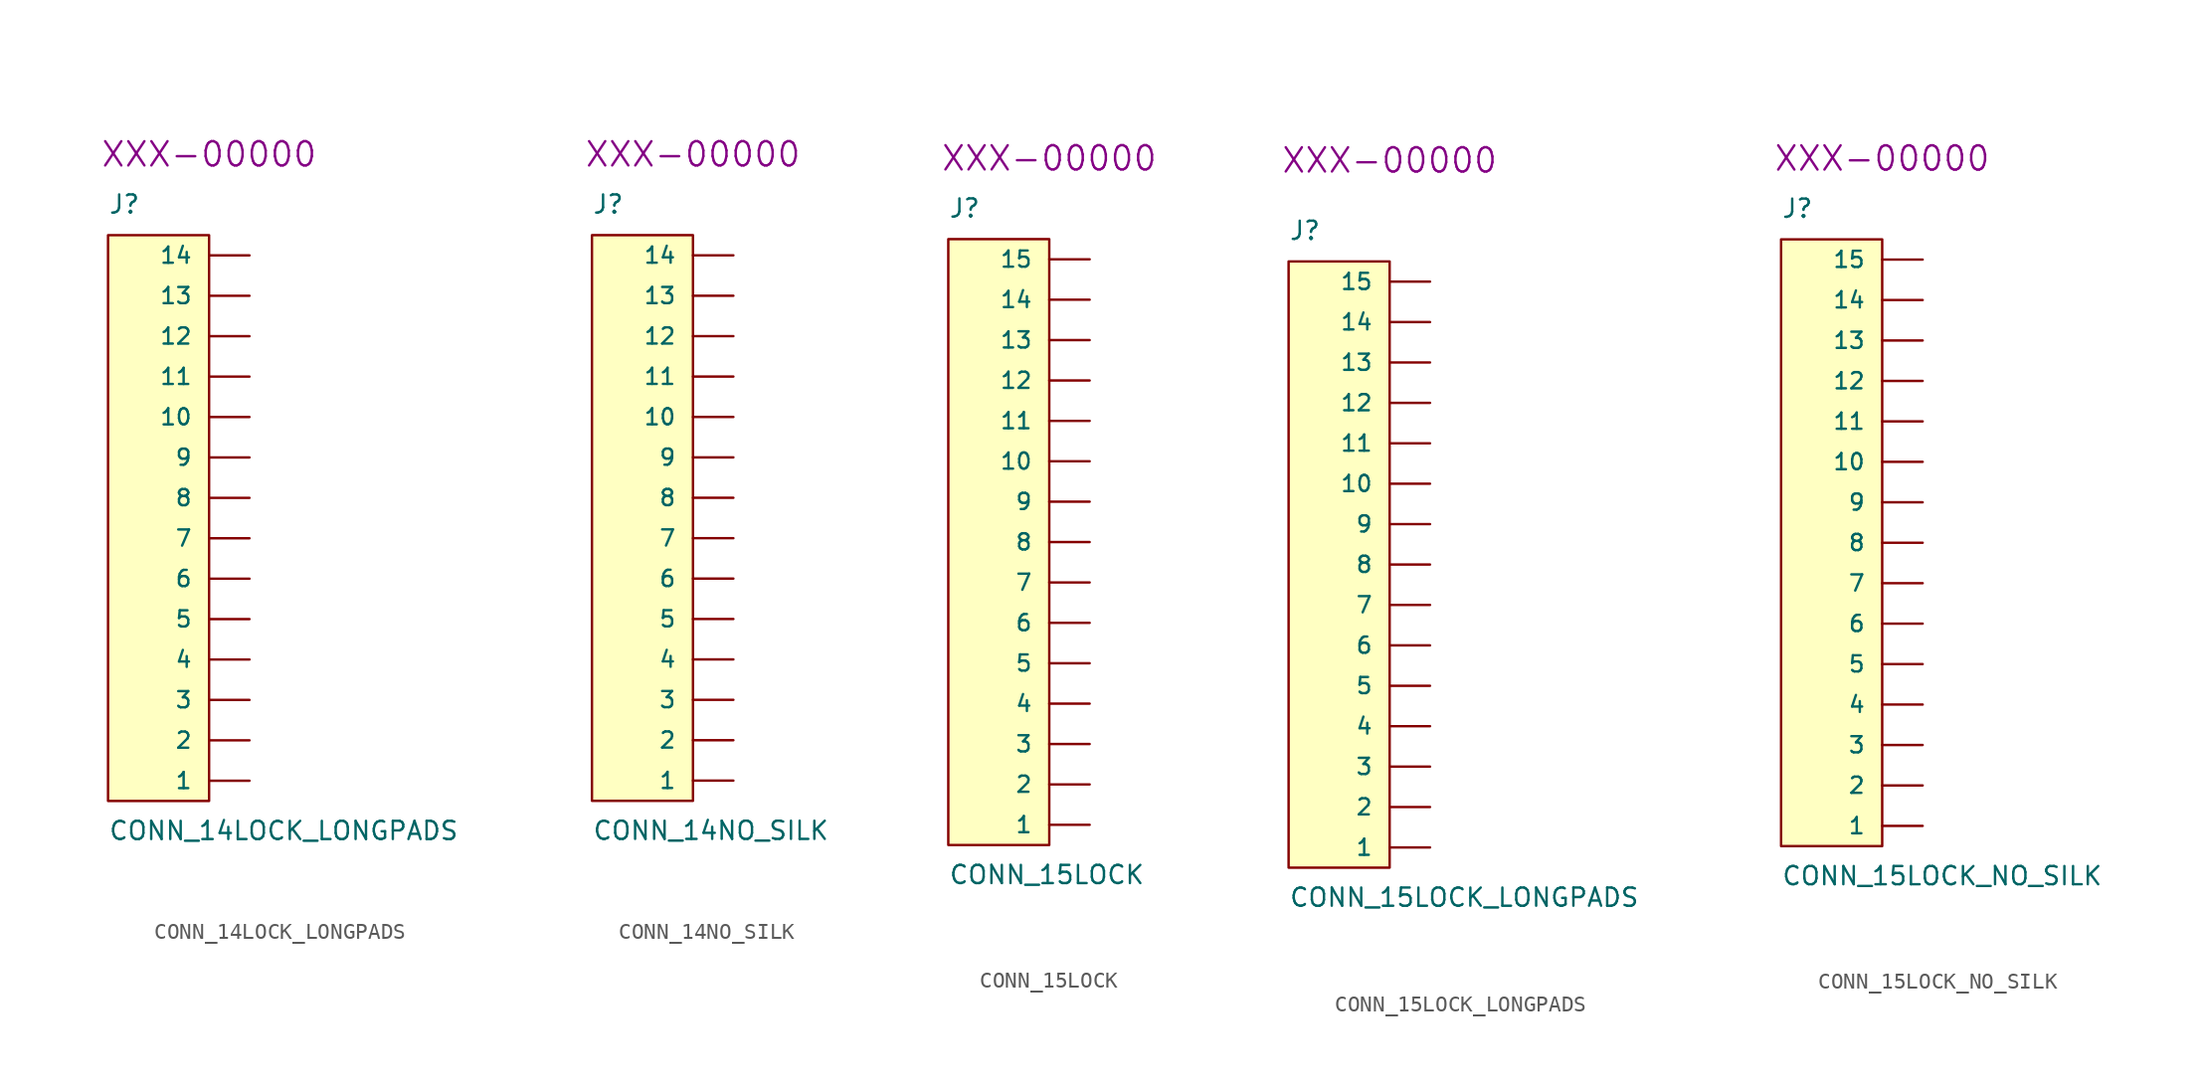
<source format=kicad_sym>
(kicad_symbol_lib
  (version 20201005)
  (generator kicad_symbol_editor)
  (symbol "CONN_14LOCK_LONGPADS"
    (pin_numbers hide)
    (pin_names
      (offset 1.016))
    (property "Reference" "J"
      (at -6.35 35.56 0)
      (effects (font (size 1.143 1.143)) (justify left bottom)))
    (property "Value" "CONN_14LOCK_LONGPADS"
      (at -6.35 -3.81 0)
      (effects (font (size 1.143 1.143)) (justify left bottom)))
    (property "Field4" "XXX-00000"
      (at 0 39.37 0)
      (effects (font (size 1.524 1.524))))
    (property "ki_locked" ""
      (at 0 0 0)
      (effects (font (size 1.27 1.27))))
    (symbol "CONN_14LOCK_LONGPADS_0_1"
      (rectangle (start 0 -1.27) (end -6.35 34.29) (stroke (width 0)) (fill (type background))))
    (symbol "CONN_14LOCK_LONGPADS_1_1"
      (pin passive line (at 2.54 0 180) (length 2.54) (name "1" (effects (font (size 1.016 1.016)))) (number "1" (effects (font (size 1.016 1.016)))))
      (pin passive line (at 2.54 2.54 180) (length 2.54) (name "2" (effects (font (size 1.016 1.016)))) (number "2" (effects (font (size 1.016 1.016)))))
      (pin passive line (at 2.54 5.08 180) (length 2.54) (name "3" (effects (font (size 1.016 1.016)))) (number "3" (effects (font (size 1.016 1.016)))))
      (pin passive line (at 2.54 7.62 180) (length 2.54) (name "4" (effects (font (size 1.016 1.016)))) (number "4" (effects (font (size 1.016 1.016)))))
      (pin passive line (at 2.54 10.16 180) (length 2.54) (name "5" (effects (font (size 1.016 1.016)))) (number "5" (effects (font (size 1.016 1.016)))))
      (pin passive line (at 2.54 12.7 180) (length 2.54) (name "6" (effects (font (size 1.016 1.016)))) (number "6" (effects (font (size 1.016 1.016)))))
      (pin passive line (at 2.54 15.24 180) (length 2.54) (name "7" (effects (font (size 1.016 1.016)))) (number "7" (effects (font (size 1.016 1.016)))))
      (pin passive line (at 2.54 17.78 180) (length 2.54) (name "8" (effects (font (size 1.016 1.016)))) (number "8" (effects (font (size 1.016 1.016)))))
      (pin passive line (at 2.54 20.32 180) (length 2.54) (name "9" (effects (font (size 1.016 1.016)))) (number "9" (effects (font (size 1.016 1.016)))))
      (pin passive line (at 2.54 22.86 180) (length 2.54) (name "10" (effects (font (size 1.016 1.016)))) (number "10" (effects (font (size 1.016 1.016)))))
      (pin passive line (at 2.54 25.4 180) (length 2.54) (name "11" (effects (font (size 1.016 1.016)))) (number "11" (effects (font (size 1.016 1.016)))))
      (pin passive line (at 2.54 27.94 180) (length 2.54) (name "12" (effects (font (size 1.016 1.016)))) (number "12" (effects (font (size 1.016 1.016)))))
      (pin passive line (at 2.54 30.48 180) (length 2.54) (name "13" (effects (font (size 1.016 1.016)))) (number "13" (effects (font (size 1.016 1.016)))))
      (pin passive line (at 2.54 33.02 180) (length 2.54) (name "14" (effects (font (size 1.016 1.016)))) (number "14" (effects (font (size 1.016 1.016)))))))
  (symbol "CONN_14NO_SILK"
    (pin_numbers hide)
    (pin_names
      (offset 1.016))
    (property "Reference" "J"
      (at -6.35 35.56 0)
      (effects (font (size 1.143 1.143)) (justify left bottom)))
    (property "Value" "CONN_14NO_SILK"
      (at -6.35 -3.81 0)
      (effects (font (size 1.143 1.143)) (justify left bottom)))
    (property "Field4" "XXX-00000"
      (at 0 39.37 0)
      (effects (font (size 1.524 1.524))))
    (property "ki_locked" ""
      (at 0 0 0)
      (effects (font (size 1.27 1.27))))
    (symbol "CONN_14NO_SILK_0_1"
      (rectangle (start 0 -1.27) (end -6.35 34.29) (stroke (width 0)) (fill (type background))))
    (symbol "CONN_14NO_SILK_1_1"
      (pin passive line (at 2.54 0 180) (length 2.54) (name "1" (effects (font (size 1.016 1.016)))) (number "1" (effects (font (size 1.016 1.016)))))
      (pin passive line (at 2.54 2.54 180) (length 2.54) (name "2" (effects (font (size 1.016 1.016)))) (number "2" (effects (font (size 1.016 1.016)))))
      (pin passive line (at 2.54 5.08 180) (length 2.54) (name "3" (effects (font (size 1.016 1.016)))) (number "3" (effects (font (size 1.016 1.016)))))
      (pin passive line (at 2.54 7.62 180) (length 2.54) (name "4" (effects (font (size 1.016 1.016)))) (number "4" (effects (font (size 1.016 1.016)))))
      (pin passive line (at 2.54 10.16 180) (length 2.54) (name "5" (effects (font (size 1.016 1.016)))) (number "5" (effects (font (size 1.016 1.016)))))
      (pin passive line (at 2.54 12.7 180) (length 2.54) (name "6" (effects (font (size 1.016 1.016)))) (number "6" (effects (font (size 1.016 1.016)))))
      (pin passive line (at 2.54 15.24 180) (length 2.54) (name "7" (effects (font (size 1.016 1.016)))) (number "7" (effects (font (size 1.016 1.016)))))
      (pin passive line (at 2.54 17.78 180) (length 2.54) (name "8" (effects (font (size 1.016 1.016)))) (number "8" (effects (font (size 1.016 1.016)))))
      (pin passive line (at 2.54 20.32 180) (length 2.54) (name "9" (effects (font (size 1.016 1.016)))) (number "9" (effects (font (size 1.016 1.016)))))
      (pin passive line (at 2.54 22.86 180) (length 2.54) (name "10" (effects (font (size 1.016 1.016)))) (number "10" (effects (font (size 1.016 1.016)))))
      (pin passive line (at 2.54 25.4 180) (length 2.54) (name "11" (effects (font (size 1.016 1.016)))) (number "11" (effects (font (size 1.016 1.016)))))
      (pin passive line (at 2.54 27.94 180) (length 2.54) (name "12" (effects (font (size 1.016 1.016)))) (number "12" (effects (font (size 1.016 1.016)))))
      (pin passive line (at 2.54 30.48 180) (length 2.54) (name "13" (effects (font (size 1.016 1.016)))) (number "13" (effects (font (size 1.016 1.016)))))
      (pin passive line (at 2.54 33.02 180) (length 2.54) (name "14" (effects (font (size 1.016 1.016)))) (number "14" (effects (font (size 1.016 1.016)))))))
  (symbol "CONN_15LOCK"
    (pin_numbers hide)
    (pin_names
      (offset 1.016))
    (property "Reference" "J"
      (at -6.35 38.1 0)
      (effects (font (size 1.143 1.143)) (justify left bottom)))
    (property "Value" "CONN_15LOCK"
      (at -6.35 -3.81 0)
      (effects (font (size 1.143 1.143)) (justify left bottom)))
    (property "Field4" "XXX-00000"
      (at 0 41.91 0)
      (effects (font (size 1.524 1.524))))
    (property "ki_locked" ""
      (at 0 0 0)
      (effects (font (size 1.27 1.27))))
    (symbol "CONN_15LOCK_0_1"
      (rectangle (start 0 -1.27) (end -6.35 36.83) (stroke (width 0)) (fill (type background))))
    (symbol "CONN_15LOCK_1_1"
      (pin passive line (at 2.54 0 180) (length 2.54) (name "1" (effects (font (size 1.016 1.016)))) (number "1" (effects (font (size 1.016 1.016)))))
      (pin passive line (at 2.54 2.54 180) (length 2.54) (name "2" (effects (font (size 1.016 1.016)))) (number "2" (effects (font (size 1.016 1.016)))))
      (pin passive line (at 2.54 5.08 180) (length 2.54) (name "3" (effects (font (size 1.016 1.016)))) (number "3" (effects (font (size 1.016 1.016)))))
      (pin passive line (at 2.54 7.62 180) (length 2.54) (name "4" (effects (font (size 1.016 1.016)))) (number "4" (effects (font (size 1.016 1.016)))))
      (pin passive line (at 2.54 10.16 180) (length 2.54) (name "5" (effects (font (size 1.016 1.016)))) (number "5" (effects (font (size 1.016 1.016)))))
      (pin passive line (at 2.54 12.7 180) (length 2.54) (name "6" (effects (font (size 1.016 1.016)))) (number "6" (effects (font (size 1.016 1.016)))))
      (pin passive line (at 2.54 15.24 180) (length 2.54) (name "7" (effects (font (size 1.016 1.016)))) (number "7" (effects (font (size 1.016 1.016)))))
      (pin passive line (at 2.54 17.78 180) (length 2.54) (name "8" (effects (font (size 1.016 1.016)))) (number "8" (effects (font (size 1.016 1.016)))))
      (pin passive line (at 2.54 20.32 180) (length 2.54) (name "9" (effects (font (size 1.016 1.016)))) (number "9" (effects (font (size 1.016 1.016)))))
      (pin passive line (at 2.54 22.86 180) (length 2.54) (name "10" (effects (font (size 1.016 1.016)))) (number "10" (effects (font (size 1.016 1.016)))))
      (pin passive line (at 2.54 25.4 180) (length 2.54) (name "11" (effects (font (size 1.016 1.016)))) (number "11" (effects (font (size 1.016 1.016)))))
      (pin passive line (at 2.54 27.94 180) (length 2.54) (name "12" (effects (font (size 1.016 1.016)))) (number "12" (effects (font (size 1.016 1.016)))))
      (pin passive line (at 2.54 30.48 180) (length 2.54) (name "13" (effects (font (size 1.016 1.016)))) (number "13" (effects (font (size 1.016 1.016)))))
      (pin passive line (at 2.54 33.02 180) (length 2.54) (name "14" (effects (font (size 1.016 1.016)))) (number "14" (effects (font (size 1.016 1.016)))))
      (pin passive line (at 2.54 35.56 180) (length 2.54) (name "15" (effects (font (size 1.016 1.016)))) (number "15" (effects (font (size 1.016 1.016)))))))
  (symbol "CONN_15LOCK_LONGPADS"
    (pin_numbers hide)
    (pin_names
      (offset 1.016))
    (property "Reference" "J"
      (at -6.35 38.1 0)
      (effects (font (size 1.143 1.143)) (justify left bottom)))
    (property "Value" "CONN_15LOCK_LONGPADS"
      (at -6.35 -3.81 0)
      (effects (font (size 1.143 1.143)) (justify left bottom)))
    (property "Field4" "XXX-00000"
      (at 0 43.18 0)
      (effects (font (size 1.524 1.524))))
    (property "ki_locked" ""
      (at 0 0 0)
      (effects (font (size 1.27 1.27))))
    (symbol "CONN_15LOCK_LONGPADS_0_1"
      (rectangle (start 0 -1.27) (end -6.35 36.83) (stroke (width 0)) (fill (type background))))
    (symbol "CONN_15LOCK_LONGPADS_1_1"
      (pin passive line (at 2.54 0 180) (length 2.54) (name "1" (effects (font (size 1.016 1.016)))) (number "1" (effects (font (size 1.016 1.016)))))
      (pin passive line (at 2.54 2.54 180) (length 2.54) (name "2" (effects (font (size 1.016 1.016)))) (number "2" (effects (font (size 1.016 1.016)))))
      (pin passive line (at 2.54 5.08 180) (length 2.54) (name "3" (effects (font (size 1.016 1.016)))) (number "3" (effects (font (size 1.016 1.016)))))
      (pin passive line (at 2.54 7.62 180) (length 2.54) (name "4" (effects (font (size 1.016 1.016)))) (number "4" (effects (font (size 1.016 1.016)))))
      (pin passive line (at 2.54 10.16 180) (length 2.54) (name "5" (effects (font (size 1.016 1.016)))) (number "5" (effects (font (size 1.016 1.016)))))
      (pin passive line (at 2.54 12.7 180) (length 2.54) (name "6" (effects (font (size 1.016 1.016)))) (number "6" (effects (font (size 1.016 1.016)))))
      (pin passive line (at 2.54 15.24 180) (length 2.54) (name "7" (effects (font (size 1.016 1.016)))) (number "7" (effects (font (size 1.016 1.016)))))
      (pin passive line (at 2.54 17.78 180) (length 2.54) (name "8" (effects (font (size 1.016 1.016)))) (number "8" (effects (font (size 1.016 1.016)))))
      (pin passive line (at 2.54 20.32 180) (length 2.54) (name "9" (effects (font (size 1.016 1.016)))) (number "9" (effects (font (size 1.016 1.016)))))
      (pin passive line (at 2.54 22.86 180) (length 2.54) (name "10" (effects (font (size 1.016 1.016)))) (number "10" (effects (font (size 1.016 1.016)))))
      (pin passive line (at 2.54 25.4 180) (length 2.54) (name "11" (effects (font (size 1.016 1.016)))) (number "11" (effects (font (size 1.016 1.016)))))
      (pin passive line (at 2.54 27.94 180) (length 2.54) (name "12" (effects (font (size 1.016 1.016)))) (number "12" (effects (font (size 1.016 1.016)))))
      (pin passive line (at 2.54 30.48 180) (length 2.54) (name "13" (effects (font (size 1.016 1.016)))) (number "13" (effects (font (size 1.016 1.016)))))
      (pin passive line (at 2.54 33.02 180) (length 2.54) (name "14" (effects (font (size 1.016 1.016)))) (number "14" (effects (font (size 1.016 1.016)))))
      (pin passive line (at 2.54 35.56 180) (length 2.54) (name "15" (effects (font (size 1.016 1.016)))) (number "15" (effects (font (size 1.016 1.016)))))))
  (symbol "CONN_15LOCK_NO_SILK"
    (pin_numbers hide)
    (pin_names
      (offset 1.016))
    (property "Reference" "J"
      (at -6.35 38.1 0)
      (effects (font (size 1.143 1.143)) (justify left bottom)))
    (property "Value" "CONN_15LOCK_NO_SILK"
      (at -6.35 -3.81 0)
      (effects (font (size 1.143 1.143)) (justify left bottom)))
    (property "Field4" "XXX-00000"
      (at 0 41.91 0)
      (effects (font (size 1.524 1.524))))
    (property "ki_locked" ""
      (at 0 0 0)
      (effects (font (size 1.27 1.27))))
    (symbol "CONN_15LOCK_NO_SILK_0_1"
      (rectangle (start 0 -1.27) (end -6.35 36.83) (stroke (width 0)) (fill (type background))))
    (symbol "CONN_15LOCK_NO_SILK_1_1"
      (pin passive line (at 2.54 0 180) (length 2.54) (name "1" (effects (font (size 1.016 1.016)))) (number "1" (effects (font (size 1.016 1.016)))))
      (pin passive line (at 2.54 2.54 180) (length 2.54) (name "2" (effects (font (size 1.016 1.016)))) (number "2" (effects (font (size 1.016 1.016)))))
      (pin passive line (at 2.54 5.08 180) (length 2.54) (name "3" (effects (font (size 1.016 1.016)))) (number "3" (effects (font (size 1.016 1.016)))))
      (pin passive line (at 2.54 7.62 180) (length 2.54) (name "4" (effects (font (size 1.016 1.016)))) (number "4" (effects (font (size 1.016 1.016)))))
      (pin passive line (at 2.54 10.16 180) (length 2.54) (name "5" (effects (font (size 1.016 1.016)))) (number "5" (effects (font (size 1.016 1.016)))))
      (pin passive line (at 2.54 12.7 180) (length 2.54) (name "6" (effects (font (size 1.016 1.016)))) (number "6" (effects (font (size 1.016 1.016)))))
      (pin passive line (at 2.54 15.24 180) (length 2.54) (name "7" (effects (font (size 1.016 1.016)))) (number "7" (effects (font (size 1.016 1.016)))))
      (pin passive line (at 2.54 17.78 180) (length 2.54) (name "8" (effects (font (size 1.016 1.016)))) (number "8" (effects (font (size 1.016 1.016)))))
      (pin passive line (at 2.54 20.32 180) (length 2.54) (name "9" (effects (font (size 1.016 1.016)))) (number "9" (effects (font (size 1.016 1.016)))))
      (pin passive line (at 2.54 22.86 180) (length 2.54) (name "10" (effects (font (size 1.016 1.016)))) (number "10" (effects (font (size 1.016 1.016)))))
      (pin passive line (at 2.54 25.4 180) (length 2.54) (name "11" (effects (font (size 1.016 1.016)))) (number "11" (effects (font (size 1.016 1.016)))))
      (pin passive line (at 2.54 27.94 180) (length 2.54) (name "12" (effects (font (size 1.016 1.016)))) (number "12" (effects (font (size 1.016 1.016)))))
      (pin passive line (at 2.54 30.48 180) (length 2.54) (name "13" (effects (font (size 1.016 1.016)))) (number "13" (effects (font (size 1.016 1.016)))))
      (pin passive line (at 2.54 33.02 180) (length 2.54) (name "14" (effects (font (size 1.016 1.016)))) (number "14" (effects (font (size 1.016 1.016)))))
      (pin passive line (at 2.54 35.56 180) (length 2.54) (name "15" (effects (font (size 1.016 1.016)))) (number "15" (effects (font (size 1.016 1.016))))))))
</source>
